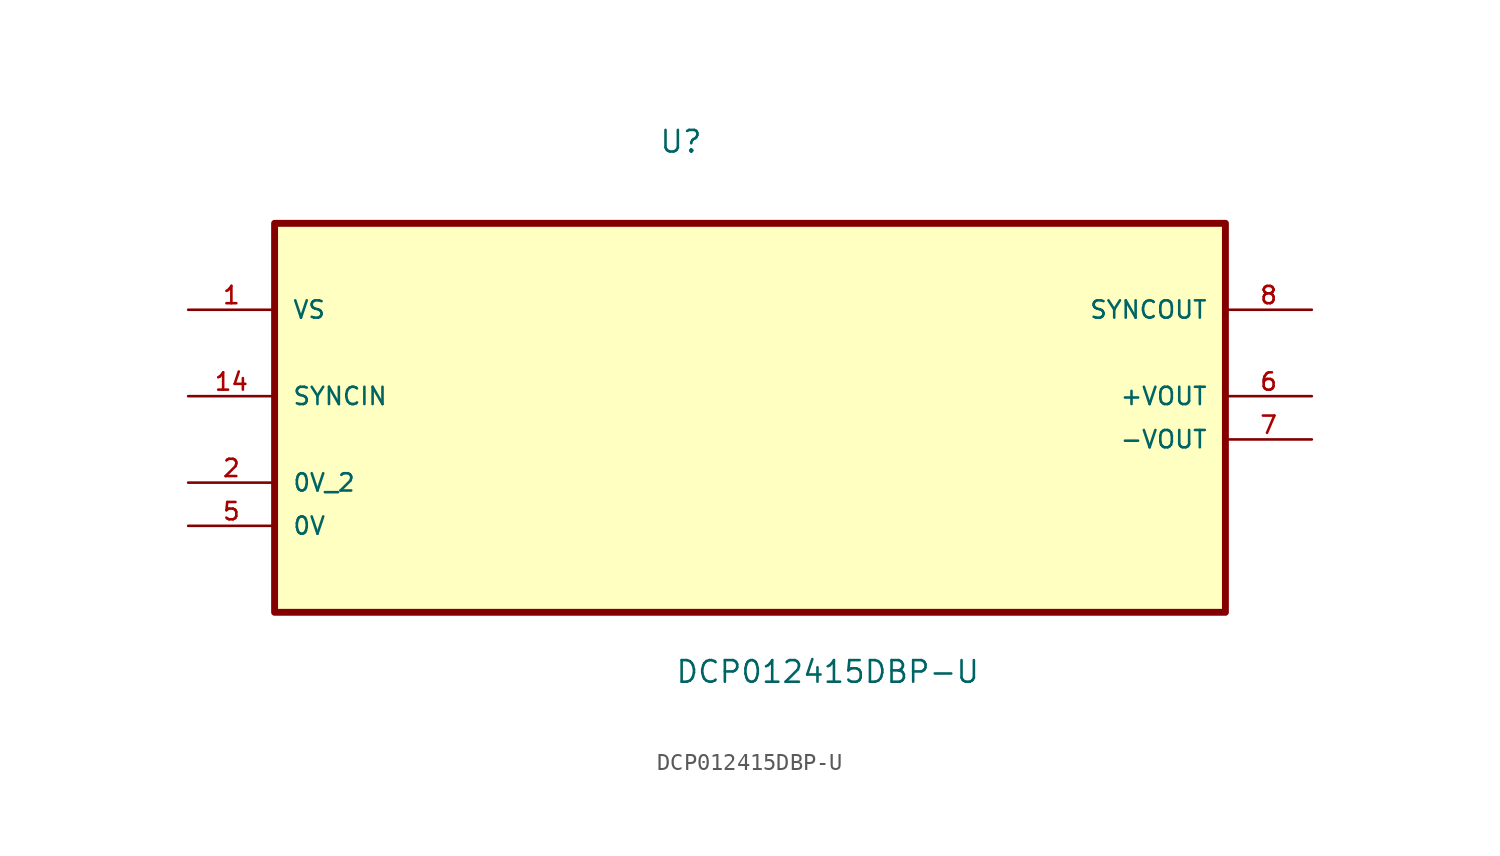
<source format=kicad_sym>
(kicad_symbol_lib
  (version 20211014)
  (generator kicad_symbol_editor)
  (symbol "DCP012415DBP-U"
    (pin_names
      (offset 1.016))
    (property "Reference" "U"
      (at -5.368 11.677 0.0)
      (effects (font (size 1.27 1.27)) (justify bottom left)))
    (property "Value" "DCP012415DBP-U"
      (at -4.42 -19.483 0.0)
      (effects (font (size 1.27 1.27)) (justify bottom left)))
    (symbol "DCP012415DBP-U_0_0"
      (rectangle (start -27.94 -15.24) (end 27.94 7.62) (stroke (width 0.406)) (fill (type background)))
      (pin power_in line (at -33.02 2.54 0) (length 5.08) (name "VS" (effects (font (size 1.016 1.016)))) (number "1" (effects (font (size 1.016 1.016)))))
      (pin input line (at -33.02 -2.54 0) (length 5.08) (name "SYNCIN" (effects (font (size 1.016 1.016)))) (number "14" (effects (font (size 1.016 1.016)))))
      (pin passive line (at -33.02 -7.62 0) (length 5.08) (name "0V_2" (effects (font (size 1.016 1.016)))) (number "2" (effects (font (size 1.016 1.016)))))
      (pin passive line (at -33.02 -10.16 0) (length 5.08) (name "0V" (effects (font (size 1.016 1.016)))) (number "5" (effects (font (size 1.016 1.016)))))
      (pin output line (at 33.02 2.54 180.0) (length 5.08) (name "SYNCOUT" (effects (font (size 1.016 1.016)))) (number "8" (effects (font (size 1.016 1.016)))))
      (pin output line (at 33.02 -2.54 180.0) (length 5.08) (name "+VOUT" (effects (font (size 1.016 1.016)))) (number "6" (effects (font (size 1.016 1.016)))))
      (pin output line (at 33.02 -5.08 180.0) (length 5.08) (name "-VOUT" (effects (font (size 1.016 1.016)))) (number "7" (effects (font (size 1.016 1.016))))))))
</source>
